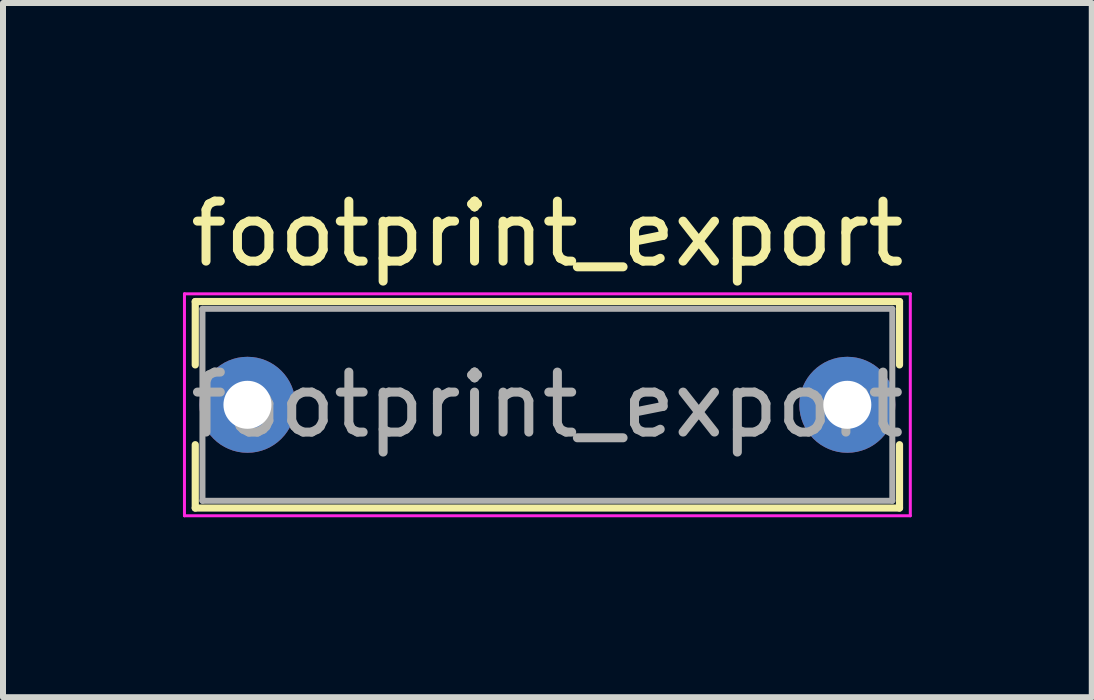
<source format=kicad_pcb>
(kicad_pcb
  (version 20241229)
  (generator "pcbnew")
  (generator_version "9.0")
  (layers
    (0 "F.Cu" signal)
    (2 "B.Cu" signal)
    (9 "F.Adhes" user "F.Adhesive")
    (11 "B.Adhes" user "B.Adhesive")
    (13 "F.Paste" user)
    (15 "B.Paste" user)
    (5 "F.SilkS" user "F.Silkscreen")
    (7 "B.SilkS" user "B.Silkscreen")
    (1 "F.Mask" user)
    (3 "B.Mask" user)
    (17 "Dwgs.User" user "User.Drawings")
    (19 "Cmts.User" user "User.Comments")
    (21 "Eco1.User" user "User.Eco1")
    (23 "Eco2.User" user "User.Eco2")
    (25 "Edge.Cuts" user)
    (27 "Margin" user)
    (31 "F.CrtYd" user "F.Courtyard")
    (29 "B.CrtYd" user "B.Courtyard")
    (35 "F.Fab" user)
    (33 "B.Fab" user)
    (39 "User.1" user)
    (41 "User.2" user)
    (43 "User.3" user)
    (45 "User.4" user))
  (footprint "footprint_export"
    (layer "F.Cu")
    (at 1.075 3.698)
    (property "Reference" "footprint_export" (at 5 -2.85 0) (layer "F.SilkS") (effects (font (size 1 1) (thickness 0.15))))
    (attr through_hole)
    (fp_line (start -0.87 -1.721) (end -0.87 -0.665) (stroke (width 0.12) (type solid)) (layer "F.SilkS"))
    (fp_line (start -0.87 -1.721) (end 10.87 -1.721) (stroke (width 0.12) (type solid)) (layer "F.SilkS"))
    (fp_line (start -0.87 0.665) (end -0.87 1.721) (stroke (width 0.12) (type solid)) (layer "F.SilkS"))
    (fp_line (start -0.87 1.721) (end 10.87 1.721) (stroke (width 0.12) (type solid)) (layer "F.SilkS"))
    (fp_line (start 10.87 -1.721) (end 10.87 -0.665) (stroke (width 0.12) (type solid)) (layer "F.SilkS"))
    (fp_line (start 10.87 0.665) (end 10.87 1.721) (stroke (width 0.12) (type solid)) (layer "F.SilkS"))
    (fp_line (start -1.05 -1.85) (end -1.05 1.85) (stroke (width 0.05) (type solid)) (layer "F.CrtYd"))
    (fp_line (start -1.05 1.85) (end 11.05 1.85) (stroke (width 0.05) (type solid)) (layer "F.CrtYd"))
    (fp_line (start 11.05 -1.85) (end -1.05 -1.85) (stroke (width 0.05) (type solid)) (layer "F.CrtYd"))
    (fp_line (start 11.05 1.85) (end 11.05 -1.85) (stroke (width 0.05) (type solid)) (layer "F.CrtYd"))
    (fp_line (start -0.75 -1.6) (end -0.75 1.6) (stroke (width 0.1) (type solid)) (layer "F.Fab"))
    (fp_line (start -0.75 1.6) (end 10.75 1.6) (stroke (width 0.1) (type solid)) (layer "F.Fab"))
    (fp_line (start 10.75 -1.6) (end -0.75 -1.6) (stroke (width 0.1) (type solid)) (layer "F.Fab"))
    (fp_line (start 10.75 1.6) (end 10.75 -1.6) (stroke (width 0.1) (type solid)) (layer "F.Fab"))
    (fp_text user "${REFERENCE}" (at 5 0 0) (layer "F.Fab") (effects (font (size 1 1) (thickness 0.15))))
    (pad "1" thru_hole circle (at 0 0) (size 1.6 1.6) (drill 0.8) (layers "*.Cu" "*.Mask"))
    (pad "2" thru_hole circle (at 10 0) (size 1.6 1.6) (drill 0.8) (layers "*.Cu" "*.Mask")))
  (gr_rect
    (start -3 -3)
    (end 15.15 8.573)
    (stroke (width 0.1) (type default))
    (fill no)
    (layer "Edge.Cuts")))
</source>
